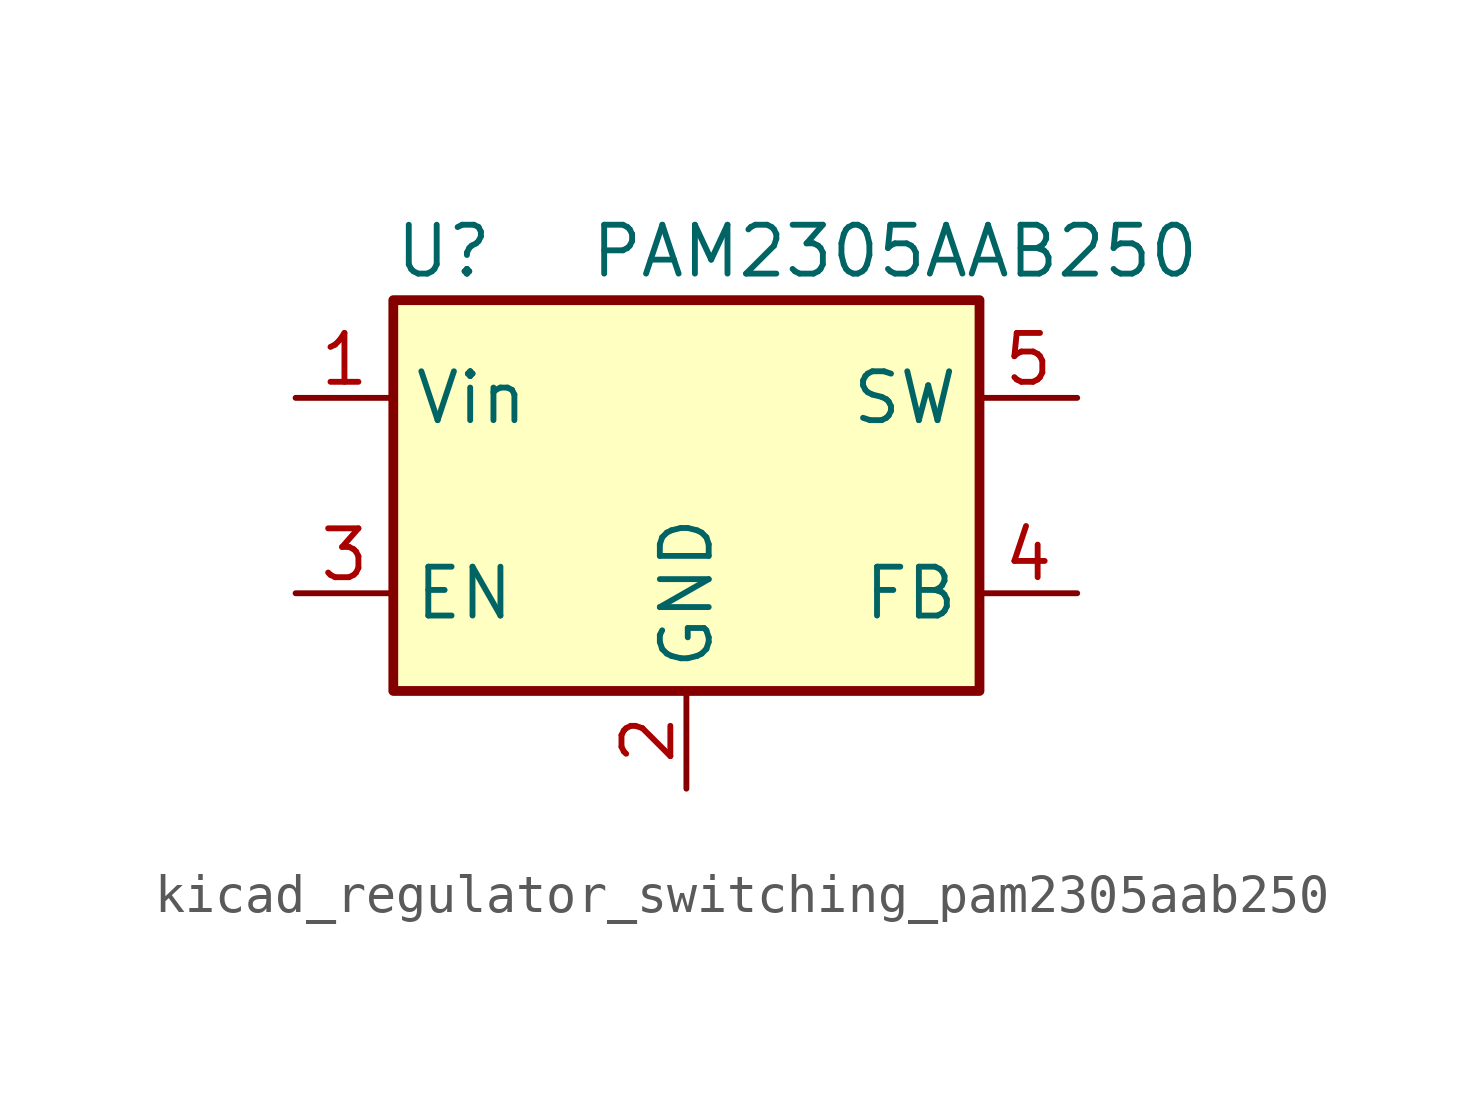
<source format=kicad_sym>
(kicad_symbol_lib
  (version 20220914)
  (generator kicad_symbol_editor)
  (symbol "kicad_regulator_switching_pam2305aab250"
    (property "Reference" "U"
      (at -7.62 6.35 0)
      (effects (font (size 1.27 1.27)) (justify left)))
    (property "Value" "PAM2305AAB250"
      (at -2.54 6.35 0)
      (effects (font (size 1.27 1.27)) (justify left)))
    (symbol "kicad_regulator_switching_pam2305aab250_0_1"
      (rectangle (start -7.62 5.08) (end 7.62 -5.08) (stroke (width 0.254) (type default)) (fill (type background))))
    (symbol "kicad_regulator_switching_pam2305aab250_1_1"
      (pin power_in line (at -10.16 2.54 0) (length 2.54) (name "Vin" (effects (font (size 1.27 1.27)))) (number "1" (effects (font (size 1.27 1.27)))))
      (pin power_in line (at 0 -7.62 90) (length 2.54) (name "GND" (effects (font (size 1.27 1.27)))) (number "2" (effects (font (size 1.27 1.27)))))
      (pin input line (at -10.16 -2.54 0) (length 2.54) (name "EN" (effects (font (size 1.27 1.27)))) (number "3" (effects (font (size 1.27 1.27)))))
      (pin input line (at 10.16 -2.54 180) (length 2.54) (name "FB" (effects (font (size 1.27 1.27)))) (number "4" (effects (font (size 1.27 1.27)))))
      (pin output line (at 10.16 2.54 180) (length 2.54) (name "SW" (effects (font (size 1.27 1.27)))) (number "5" (effects (font (size 1.27 1.27))))))))
</source>
